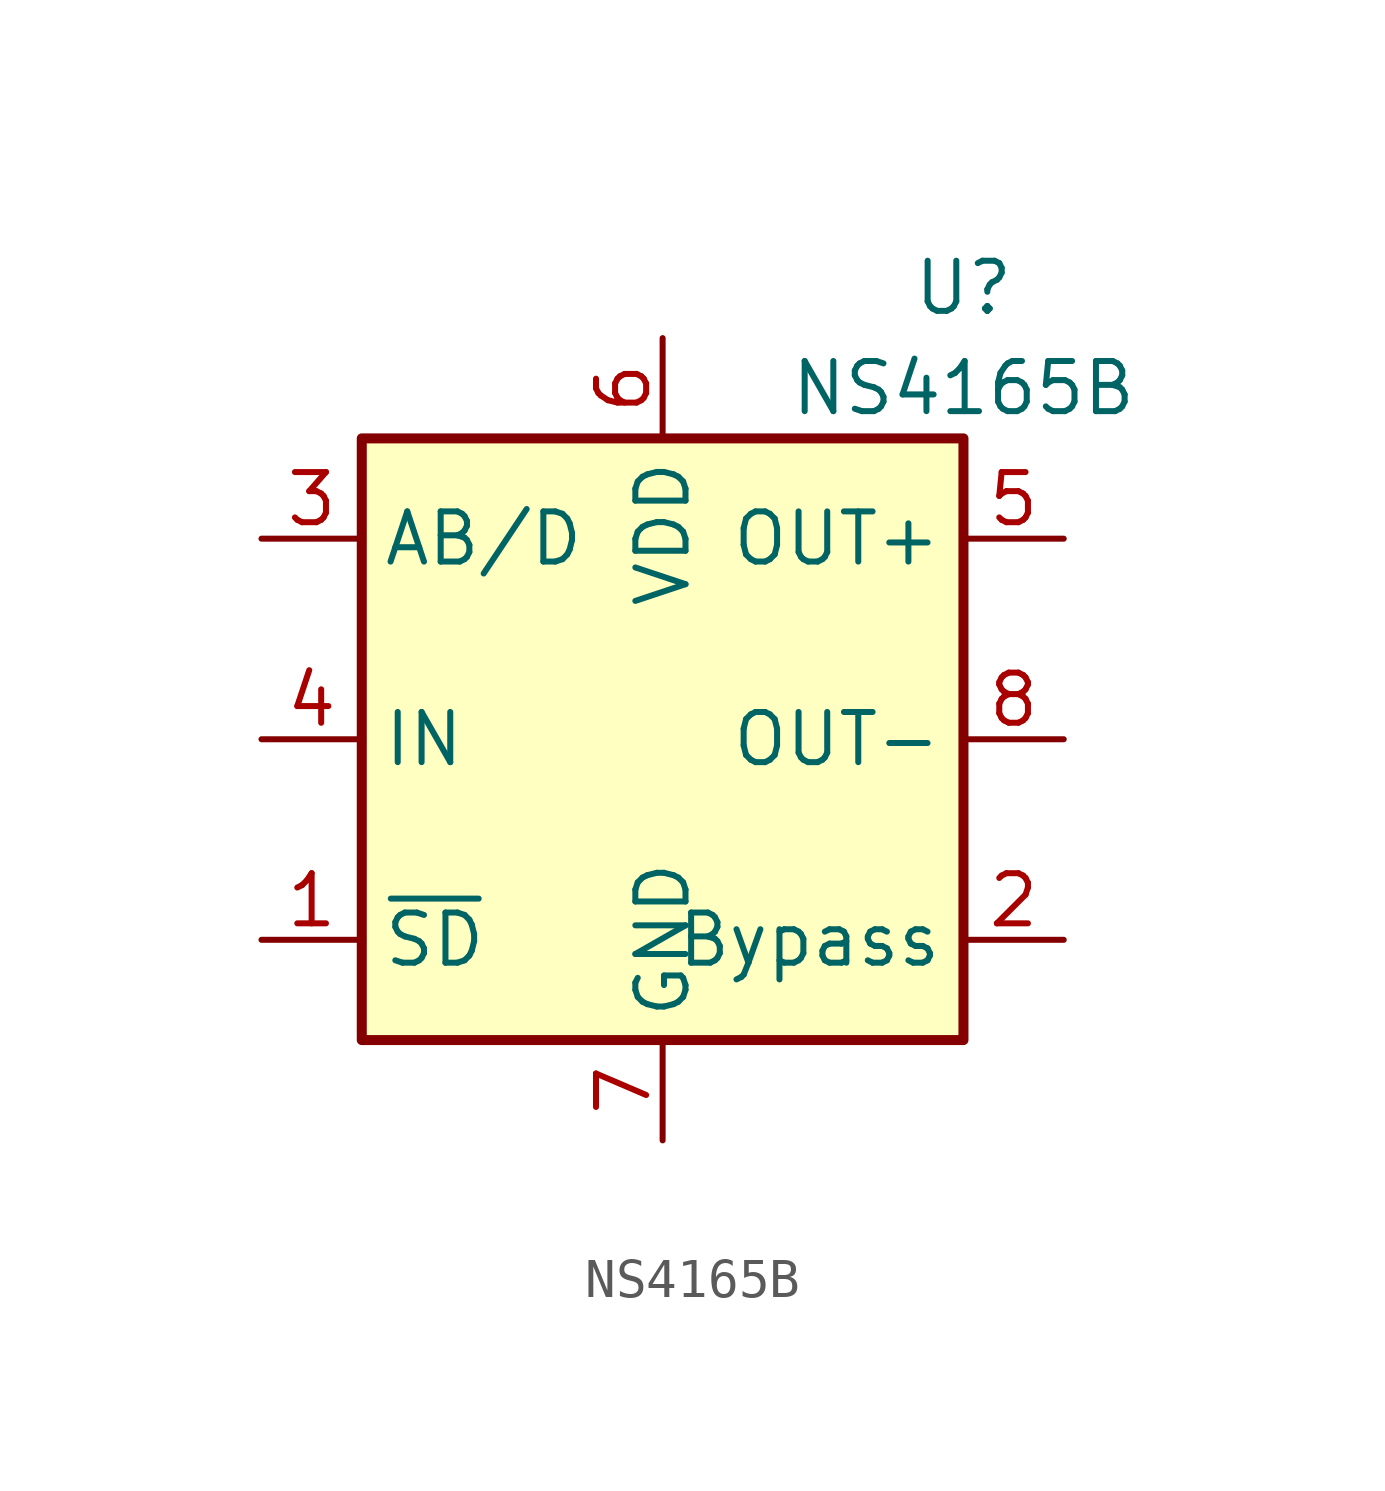
<source format=kicad_sym>
(kicad_symbol_lib
  (version 20211014)
  (generator kicad_symbol_editor)
  (symbol "NS4165B"
    (property "Reference" "U"
      (at 7.62 11.43 0)
      (effects (font (size 1.27 1.27))))
    (property "Value" "NS4165B"
      (at 7.62 8.89 0)
      (effects (font (size 1.27 1.27))))
    (symbol "NS4165B_0_1"
      (rectangle (start -7.62 7.62) (end 7.62 -7.62) (stroke (width 0.254) (type default) (color 0 0 0 0)) (fill (type background))))
    (symbol "NS4165B_1_1"
      (pin input line (at -10.16 -5.08 0) (length 2.54) (name "~{SD}" (effects (font (size 1.27 1.27)))) (number "1" (effects (font (size 1.27 1.27)))))
      (pin input line (at 10.16 -5.08 180) (length 2.54) (name "Bypass" (effects (font (size 1.27 1.27)))) (number "2" (effects (font (size 1.27 1.27)))))
      (pin input line (at -10.16 5.08 0) (length 2.54) (name "AB/D" (effects (font (size 1.27 1.27)))) (number "3" (effects (font (size 1.27 1.27)))))
      (pin input line (at -10.16 0 0) (length 2.54) (name "IN" (effects (font (size 1.27 1.27)))) (number "4" (effects (font (size 1.27 1.27)))))
      (pin output line (at 10.16 5.08 180) (length 2.54) (name "OUT+" (effects (font (size 1.27 1.27)))) (number "5" (effects (font (size 1.27 1.27)))))
      (pin power_in line (at 0 10.16 270) (length 2.54) (name "VDD" (effects (font (size 1.27 1.27)))) (number "6" (effects (font (size 1.27 1.27)))))
      (pin power_in line (at 0 -10.16 90) (length 2.54) (name "GND" (effects (font (size 1.27 1.27)))) (number "7" (effects (font (size 1.27 1.27)))))
      (pin output line (at 10.16 0 180) (length 2.54) (name "OUT-" (effects (font (size 1.27 1.27)))) (number "8" (effects (font (size 1.27 1.27)))))
      (pin power_in line (at 7.62 -10.16 180) (length 2.54) hide (name "GND" (effects (font (size 1.27 1.27)))) (number "9" (effects (font (size 1.27 1.27))))))))
</source>
